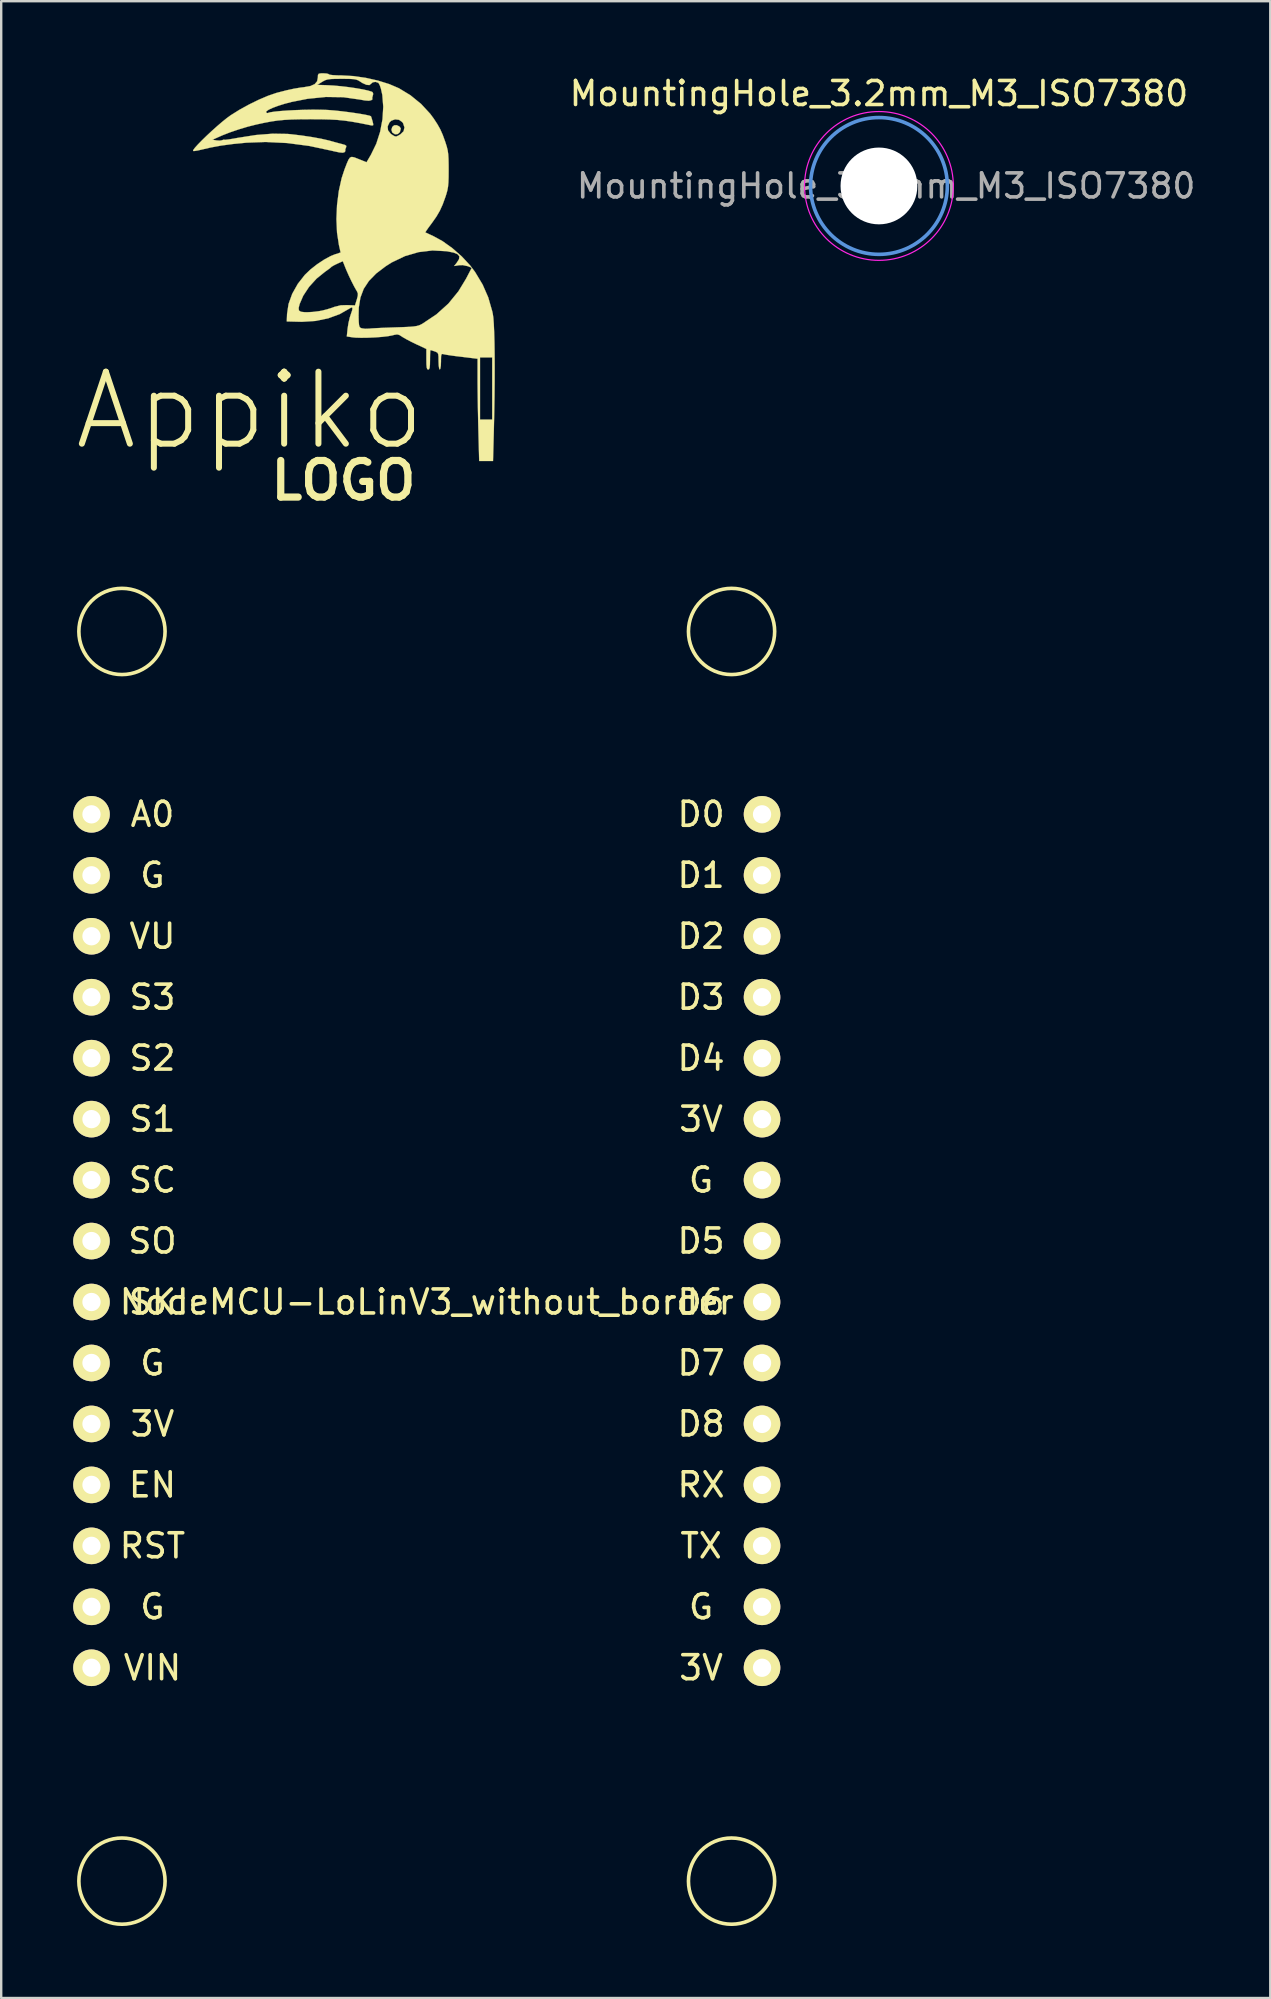
<source format=kicad_pcb>
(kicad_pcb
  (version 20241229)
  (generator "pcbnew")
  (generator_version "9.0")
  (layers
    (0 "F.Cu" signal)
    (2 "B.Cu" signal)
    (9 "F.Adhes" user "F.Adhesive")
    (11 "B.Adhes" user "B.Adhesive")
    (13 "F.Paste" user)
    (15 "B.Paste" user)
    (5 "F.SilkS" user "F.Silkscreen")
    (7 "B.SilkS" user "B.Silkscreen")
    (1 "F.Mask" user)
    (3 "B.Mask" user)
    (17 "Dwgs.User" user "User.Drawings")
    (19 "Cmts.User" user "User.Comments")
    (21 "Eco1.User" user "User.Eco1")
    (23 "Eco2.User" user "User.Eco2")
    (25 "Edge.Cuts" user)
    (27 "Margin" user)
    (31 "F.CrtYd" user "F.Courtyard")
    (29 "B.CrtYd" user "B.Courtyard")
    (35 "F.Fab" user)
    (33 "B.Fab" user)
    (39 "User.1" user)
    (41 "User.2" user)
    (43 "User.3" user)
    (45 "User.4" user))
  (footprint "MountingHole_3.2mm_M3_ISO7380"
    (layer "F.Cu")
    (at 33.573 4.698)
    (property "Reference" "MountingHole_3.2mm_M3_ISO7380" (at 0 -3.85 0) (layer "F.SilkS") (effects (font (size 1 1) (thickness 0.15))))
    (attr exclude_from_pos_files exclude_from_bom)
    (fp_circle (center 0 0) (end 2.85 0) (stroke (width 0.15) (type solid)) (fill no) (layer "Cmts.User"))
    (fp_circle (center 0 0) (end 3.1 0) (stroke (width 0.05) (type solid)) (fill no) (layer "F.CrtYd"))
    (fp_text user "${REFERENCE}" (at 0.3 0 0) (layer "F.Fab") (effects (font (size 1 1) (thickness 0.15))))
    (pad "" np_thru_hole circle (at 0 0) (size 3.2 3.2) (drill 3.2) (layers "*.Cu" "*.Mask")))
  (footprint "NodeMCU-LoLinV3_without_border"
    (layer "F.Cu")
    (at 14.732 51.201)
    (property "Reference" "NodeMCU-LoLinV3_without_border" (at 0 0 0) (layer "F.SilkS") (effects (font (size 1 1) (thickness 0.15))))
    (attr through_hole)
    (fp_circle (center -12.7 -27.94) (end -11.43 -29.21) (stroke (width 0.15) (type solid)) (fill no) (layer "F.SilkS"))
    (fp_circle (center -12.7 24.13) (end -11.43 22.86) (stroke (width 0.15) (type solid)) (fill no) (layer "F.SilkS"))
    (fp_circle (center 12.7 -27.94) (end 13.97 -29.21) (stroke (width 0.15) (type solid)) (fill no) (layer "F.SilkS"))
    (fp_circle (center 12.7 24.13) (end 13.97 22.86) (stroke (width 0.15) (type solid)) (fill no) (layer "F.SilkS"))
    (fp_text user "D3" (at 11.43 -12.7 0) (layer "F.SilkS") (effects (font (size 1 1) (thickness 0.15))))
    (fp_text user "D8" (at 11.43 5.08 0) (layer "F.SilkS") (effects (font (size 1 1) (thickness 0.15))))
    (fp_text user "D2" (at 11.43 -15.24 0) (layer "F.SilkS") (effects (font (size 1 1) (thickness 0.15))))
    (fp_text user "S2" (at -11.43 -10.16 0) (layer "F.SilkS") (effects (font (size 1 1) (thickness 0.15))))
    (fp_text user "G" (at -11.43 -17.78 0) (layer "F.SilkS") (effects (font (size 1 1) (thickness 0.15))))
    (fp_text user "EN" (at -11.43 7.62 0) (layer "F.SilkS") (effects (font (size 1 1) (thickness 0.15))))
    (fp_text user "D1" (at 11.43 -17.78 0) (layer "F.SilkS") (effects (font (size 1 1) (thickness 0.15))))
    (fp_text user "G" (at -11.43 12.7 0) (layer "F.SilkS") (effects (font (size 1 1) (thickness 0.15))))
    (fp_text user "3V" (at 11.43 -7.62 0) (layer "F.SilkS") (effects (font (size 1 1) (thickness 0.15))))
    (fp_text user "D5" (at 11.43 -2.54 0) (layer "F.SilkS") (effects (font (size 1 1) (thickness 0.15))))
    (fp_text user "G" (at -11.43 2.54 0) (layer "F.SilkS") (effects (font (size 1 1) (thickness 0.15))))
    (fp_text user "D0" (at 11.43 -20.32 0) (layer "F.SilkS") (effects (font (size 1 1) (thickness 0.15))))
    (fp_text user "S3" (at -11.43 -12.7 0) (layer "F.SilkS") (effects (font (size 1 1) (thickness 0.15))))
    (fp_text user "G" (at 11.43 -5.08 0) (layer "F.SilkS") (effects (font (size 1 1) (thickness 0.15))))
    (fp_text user "RX" (at 11.43 7.62 0) (layer "F.SilkS") (effects (font (size 1 1) (thickness 0.15))))
    (fp_text user "SC" (at -11.43 -5.08 0) (layer "F.SilkS") (effects (font (size 1 1) (thickness 0.15))))
    (fp_text user "SK" (at -11.43 0 0) (layer "F.SilkS") (effects (font (size 1 1) (thickness 0.15))))
    (fp_text user "G" (at 11.43 12.7 0) (layer "F.SilkS") (effects (font (size 1 1) (thickness 0.15))))
    (fp_text user "RST" (at -11.43 10.16 0) (layer "F.SilkS") (effects (font (size 1 1) (thickness 0.15))))
    (fp_text user "3V" (at 11.43 15.24 0) (layer "F.SilkS") (effects (font (size 1 1) (thickness 0.15))))
    (fp_text user "VU" (at -11.43 -15.24 0) (layer "F.SilkS") (effects (font (size 1 1) (thickness 0.15))))
    (fp_text user "3V" (at -11.43 5.08 0) (layer "F.SilkS") (effects (font (size 1 1) (thickness 0.15))))
    (fp_text user "A0" (at -11.43 -20.32 0) (layer "F.SilkS") (effects (font (size 1 1) (thickness 0.15))))
    (fp_text user "D6" (at 11.43 0 0) (layer "F.SilkS") (effects (font (size 1 1) (thickness 0.15))))
    (fp_text user "SO" (at -11.43 -2.54 0) (layer "F.SilkS") (effects (font (size 1 1) (thickness 0.15))))
    (fp_text user "TX" (at 11.43 10.16 0) (layer "F.SilkS") (effects (font (size 1 1) (thickness 0.15))))
    (fp_text user "D7" (at 11.43 2.54 0) (layer "F.SilkS") (effects (font (size 1 1) (thickness 0.15))))
    (fp_text user "D4" (at 11.43 -10.16 0) (layer "F.SilkS") (effects (font (size 1 1) (thickness 0.15))))
    (fp_text user "VIN" (at -11.43 15.24 0) (layer "F.SilkS") (effects (font (size 1 1) (thickness 0.15))))
    (fp_text user "S1" (at -11.43 -7.62 0) (layer "F.SilkS") (effects (font (size 1 1) (thickness 0.15))))
    (pad "1" thru_hole circle (at -13.97 -20.32) (size 1.524 1.524) (drill 0.762) (layers "*.Cu" "*.Mask" "F.SilkS"))
    (pad "2" thru_hole circle (at -13.97 -17.78) (size 1.524 1.524) (drill 0.762) (layers "*.Cu" "*.Mask" "F.SilkS"))
    (pad "3" thru_hole circle (at -13.97 -15.24) (size 1.524 1.524) (drill 0.762) (layers "*.Cu" "*.Mask" "F.SilkS"))
    (pad "4" thru_hole circle (at -13.97 -12.7) (size 1.524 1.524) (drill 0.762) (layers "*.Cu" "*.Mask" "F.SilkS"))
    (pad "5" thru_hole circle (at -13.97 -10.16) (size 1.524 1.524) (drill 0.762) (layers "*.Cu" "*.Mask" "F.SilkS"))
    (pad "6" thru_hole circle (at -13.97 -7.62) (size 1.524 1.524) (drill 0.762) (layers "*.Cu" "*.Mask" "F.SilkS"))
    (pad "7" thru_hole circle (at -13.97 -5.08) (size 1.524 1.524) (drill 0.762) (layers "*.Cu" "*.Mask" "F.SilkS"))
    (pad "8" thru_hole circle (at -13.97 -2.54) (size 1.524 1.524) (drill 0.762) (layers "*.Cu" "*.Mask" "F.SilkS"))
    (pad "9" thru_hole circle (at -13.97 0) (size 1.524 1.524) (drill 0.762) (layers "*.Cu" "*.Mask" "F.SilkS"))
    (pad "10" thru_hole circle (at -13.97 2.54) (size 1.524 1.524) (drill 0.762) (layers "*.Cu" "*.Mask" "F.SilkS"))
    (pad "11" thru_hole circle (at -13.97 5.08) (size 1.524 1.524) (drill 0.762) (layers "*.Cu" "*.Mask" "F.SilkS"))
    (pad "12" thru_hole circle (at -13.97 7.62) (size 1.524 1.524) (drill 0.762) (layers "*.Cu" "*.Mask" "F.SilkS"))
    (pad "13" thru_hole circle (at -13.97 10.16) (size 1.524 1.524) (drill 0.762) (layers "*.Cu" "*.Mask" "F.SilkS"))
    (pad "14" thru_hole circle (at -13.97 12.7) (size 1.524 1.524) (drill 0.762) (layers "*.Cu" "*.Mask" "F.SilkS"))
    (pad "15" thru_hole circle (at -13.97 15.24) (size 1.524 1.524) (drill 0.762) (layers "*.Cu" "*.Mask" "F.SilkS"))
    (pad "16" thru_hole circle (at 13.97 15.24) (size 1.524 1.524) (drill 0.762) (layers "*.Cu" "*.Mask" "F.SilkS"))
    (pad "17" thru_hole circle (at 13.97 12.7) (size 1.524 1.524) (drill 0.762) (layers "*.Cu" "*.Mask" "F.SilkS"))
    (pad "18" thru_hole circle (at 13.97 10.16) (size 1.524 1.524) (drill 0.762) (layers "*.Cu" "*.Mask" "F.SilkS"))
    (pad "19" thru_hole circle (at 13.97 7.62) (size 1.524 1.524) (drill 0.762) (layers "*.Cu" "*.Mask" "F.SilkS"))
    (pad "20" thru_hole circle (at 13.97 5.08) (size 1.524 1.524) (drill 0.762) (layers "*.Cu" "*.Mask" "F.SilkS"))
    (pad "21" thru_hole circle (at 13.97 2.54) (size 1.524 1.524) (drill 0.762) (layers "*.Cu" "*.Mask" "F.SilkS"))
    (pad "22" thru_hole circle (at 13.97 0) (size 1.524 1.524) (drill 0.762) (layers "*.Cu" "*.Mask" "F.SilkS"))
    (pad "23" thru_hole circle (at 13.97 -2.54) (size 1.524 1.524) (drill 0.762) (layers "*.Cu" "*.Mask" "F.SilkS"))
    (pad "24" thru_hole circle (at 13.97 -5.08) (size 1.524 1.524) (drill 0.762) (layers "*.Cu" "*.Mask" "F.SilkS"))
    (pad "25" thru_hole circle (at 13.97 -7.62) (size 1.524 1.524) (drill 0.762) (layers "*.Cu" "*.Mask" "F.SilkS"))
    (pad "26" thru_hole circle (at 13.97 -10.16) (size 1.524 1.524) (drill 0.762) (layers "*.Cu" "*.Mask" "F.SilkS"))
    (pad "27" thru_hole circle (at 13.97 -12.7) (size 1.524 1.524) (drill 0.762) (layers "*.Cu" "*.Mask" "F.SilkS"))
    (pad "28" thru_hole circle (at 13.97 -15.24) (size 1.524 1.524) (drill 0.762) (layers "*.Cu" "*.Mask" "F.SilkS"))
    (pad "29" thru_hole circle (at 13.97 -17.78) (size 1.524 1.524) (drill 0.762) (layers "*.Cu" "*.Mask" "F.SilkS"))
    (pad "30" thru_hole circle (at 13.97 -20.32) (size 1.524 1.524) (drill 0.762) (layers "*.Cu" "*.Mask" "F.SilkS")))
  (footprint "LOGO"
    (layer "F.Cu")
    (at 11.261 8.082)
    (property "Reference" "LOGO" (at 0 8.89 0) (layer "F.SilkS") (effects (font (size 1.524 1.524) (thickness 0.3))))
    (attr through_hole)
    (fp_poly (pts (xy 2.327 -5.865) (xy 2.386 -5.786) (xy 2.388 -5.768) (xy 2.351 -5.628) (xy 2.262 -5.547) (xy 2.147 -5.536) (xy 2.035 -5.609) (xy 2.034 -5.611) (xy 1.998 -5.722) (xy 2.032 -5.841) (xy 2.114 -5.913) (xy 2.221 -5.915) (xy 2.327 -5.865)) (stroke (width 0.01) (type solid)) (fill yes) (layer "F.SilkS"))
    (fp_poly (pts (xy -0.702 -8.069) (xy -0.62 -8.047) (xy -0.61 -8.034) (xy -0.562 -8.016) (xy -0.434 -8.001) (xy -0.246 -7.992) (xy -0.064 -7.989) (xy 0.419 -7.962) (xy 0.93 -7.888) (xy 1.437 -7.774) (xy 1.909 -7.627) (xy 2.311 -7.455) (xy 2.79 -7.164) (xy 3.232 -6.804) (xy 3.611 -6.395) (xy 3.757 -6.198) (xy 3.916 -5.954) (xy 4.035 -5.741) (xy 4.135 -5.516) (xy 4.235 -5.24) (xy 4.252 -5.19) (xy 4.305 -5.021) (xy 4.342 -4.87) (xy 4.365 -4.709) (xy 4.377 -4.514) (xy 4.382 -4.258) (xy 4.383 -4.064) (xy 4.381 -3.759) (xy 4.373 -3.531) (xy 4.357 -3.352) (xy 4.329 -3.198) (xy 4.286 -3.043) (xy 4.253 -2.94) (xy 4.136 -2.617) (xy 4.017 -2.354) (xy 3.875 -2.11) (xy 3.689 -1.845) (xy 3.656 -1.801) (xy 3.541 -1.646) (xy 3.456 -1.524) (xy 3.415 -1.457) (xy 3.414 -1.449) (xy 3.464 -1.424) (xy 3.582 -1.369) (xy 3.728 -1.303) (xy 4.13 -1.083) (xy 4.539 -0.79) (xy 4.93 -0.447) (xy 5.275 -0.076) (xy 5.483 0.199) (xy 5.798 0.724) (xy 6.032 1.258) (xy 6.199 1.838) (xy 6.222 1.943) (xy 6.246 2.113) (xy 6.265 2.376) (xy 6.28 2.722) (xy 6.292 3.143) (xy 6.299 3.628) (xy 6.301 4.17) (xy 6.3 4.758) (xy 6.294 5.384) (xy 6.283 6.039) (xy 6.268 6.713) (xy 6.266 6.82) (xy 6.232 8.077) (xy 5.655 8.077) (xy 5.622 6.82) (xy 5.612 6.406) (xy 5.603 5.966) (xy 5.596 5.528) (xy 5.591 5.123) (xy 5.588 4.78) (xy 5.588 4.689) (xy 5.588 3.816) (xy 5.372 3.79) (xy 5.217 3.771) (xy 5.118 3.759) (xy 5.69 3.759) (xy 5.69 6.35) (xy 6.198 6.35) (xy 6.198 3.759) (xy 5.69 3.759) (xy 5.118 3.759) (xy 5.003 3.745) (xy 4.771 3.717) (xy 4.724 3.712) (xy 4.511 3.684) (xy 4.326 3.656) (xy 4.2 3.633) (xy 4.178 3.627) (xy 4.117 3.616) (xy 4.083 3.638) (xy 4.068 3.715) (xy 4.064 3.867) (xy 4.064 3.931) (xy 4.057 4.106) (xy 4.038 4.226) (xy 4.013 4.267) (xy 3.987 4.22) (xy 3.969 4.095) (xy 3.962 3.917) (xy 3.96 3.732) (xy 3.948 3.623) (xy 3.915 3.563) (xy 3.85 3.527) (xy 3.802 3.51) (xy 3.689 3.472) (xy 3.626 3.455) (xy 3.625 3.454) (xy 3.616 3.501) (xy 3.61 3.626) (xy 3.607 3.803) (xy 3.607 3.861) (xy 3.603 4.069) (xy 3.59 4.194) (xy 3.564 4.254) (xy 3.531 4.267) (xy 3.492 4.249) (xy 3.469 4.181) (xy 3.457 4.048) (xy 3.454 3.838) (xy 3.454 3.408) (xy 3.022 3.206) (xy 2.81 3.102) (xy 2.615 3) (xy 2.468 2.915) (xy 2.431 2.89) (xy 2.324 2.823) (xy 2.233 2.802) (xy 2.111 2.822) (xy 2.037 2.842) (xy 1.862 2.875) (xy 1.615 2.904) (xy 1.326 2.926) (xy 1.024 2.939) (xy 0.739 2.943) (xy 0.5 2.936) (xy 0.381 2.924) (xy 0.139 2.887) (xy 0.173 2.557) (xy 0.208 2.331) (xy 0.263 2.098) (xy 0.277 2.056) (xy 0.63 2.056) (xy 0.637 2.273) (xy 0.649 2.41) (xy 0.671 2.487) (xy 0.709 2.527) (xy 0.765 2.548) (xy 0.903 2.567) (xy 1.064 2.562) (xy 1.067 2.562) (xy 1.175 2.552) (xy 1.364 2.541) (xy 1.614 2.529) (xy 1.905 2.518) (xy 2.159 2.509) (xy 2.488 2.498) (xy 2.733 2.487) (xy 2.911 2.473) (xy 3.041 2.454) (xy 3.14 2.428) (xy 3.225 2.392) (xy 3.302 2.349) (xy 3.875 1.966) (xy 4.37 1.52) (xy 4.789 1.007) (xy 5.107 0.483) (xy 5.345 0.027) (xy 5.176 -0.042) (xy 4.963 -0.087) (xy 4.81 -0.08) (xy 4.613 -0.048) (xy 4.72 -0.183) (xy 4.814 -0.332) (xy 4.829 -0.448) (xy 4.76 -0.536) (xy 4.602 -0.604) (xy 4.348 -0.656) (xy 4.288 -0.665) (xy 3.708 -0.696) (xy 3.131 -0.627) (xy 2.565 -0.462) (xy 2.018 -0.201) (xy 1.763 -0.04) (xy 1.365 0.262) (xy 1.062 0.572) (xy 0.844 0.902) (xy 0.706 1.269) (xy 0.638 1.684) (xy 0.63 2.056) (xy 0.277 2.056) (xy 0.305 1.967) (xy 0.365 1.789) (xy 0.374 1.694) (xy 0.333 1.678) (xy 0.264 1.716) (xy -0.154 1.955) (xy -0.636 2.132) (xy -1.165 2.241) (xy -1.72 2.276) (xy -1.81 2.275) (xy -2.362 2.261) (xy -2.35 1.947) (xy -2.314 1.704) (xy -1.869 1.704) (xy -1.855 1.806) (xy -1.772 1.859) (xy -1.608 1.877) (xy -1.513 1.878) (xy -1.275 1.865) (xy -1.018 1.833) (xy -0.889 1.809) (xy -0.683 1.757) (xy -0.482 1.694) (xy -0.381 1.656) (xy -0.114 1.589) (xy 0.151 1.581) (xy 0.48 1.593) (xy 0.555 1.352) (xy 0.596 1.2) (xy 0.601 1.102) (xy 0.568 1.016) (xy 0.543 0.975) (xy 0.451 0.813) (xy 0.337 0.591) (xy 0.219 0.343) (xy 0.113 0.104) (xy 0.067 -0.01) (xy -0.027 -0.248) (xy -0.253 -0.147) (xy -0.391 -0.08) (xy -0.485 -0.025) (xy -0.507 -0.007) (xy -0.561 0.042) (xy -0.672 0.124) (xy -0.767 0.191) (xy -1.124 0.48) (xy -1.433 0.821) (xy -1.677 1.191) (xy -1.827 1.539) (xy -1.869 1.704) (xy -2.314 1.704) (xy -2.288 1.533) (xy -2.135 1.109) (xy -1.901 0.693) (xy -1.608 0.32) (xy -1.379 0.1) (xy -1.102 -0.118) (xy -0.808 -0.313) (xy -0.527 -0.465) (xy -0.364 -0.531) (xy -0.119 -0.612) (xy -0.19 -0.928) (xy -0.268 -1.44) (xy -0.293 -2.004) (xy -0.268 -2.59) (xy -0.195 -3.168) (xy -0.076 -3.707) (xy 0.044 -4.072) (xy 0.138 -4.315) (xy 0.208 -4.476) (xy 0.271 -4.565) (xy 0.346 -4.595) (xy 0.449 -4.576) (xy 0.598 -4.518) (xy 0.697 -4.478) (xy 0.962 -4.372) (xy 1.144 -4.683) (xy 1.367 -5.141) (xy 1.529 -5.644) (xy 1.57 -5.865) (xy 1.84 -5.865) (xy 1.857 -5.701) (xy 1.971 -5.556) (xy 2.057 -5.497) (xy 2.141 -5.452) (xy 2.204 -5.446) (xy 2.286 -5.483) (xy 2.375 -5.537) (xy 2.505 -5.664) (xy 2.542 -5.822) (xy 2.486 -5.993) (xy 2.447 -6.048) (xy 2.314 -6.14) (xy 2.15 -6.159) (xy 1.995 -6.104) (xy 1.921 -6.036) (xy 1.84 -5.865) (xy 1.57 -5.865) (xy 1.627 -6.167) (xy 1.658 -6.686) (xy 1.619 -7.176) (xy 1.56 -7.442) (xy 1.513 -7.579) (xy 1.463 -7.67) (xy 1.45 -7.683) (xy 1.338 -7.72) (xy 1.222 -7.704) (xy 1.149 -7.642) (xy 1.148 -7.64) (xy 1.08 -7.587) (xy 0.955 -7.599) (xy 0.791 -7.672) (xy 0.689 -7.738) (xy 0.612 -7.785) (xy 0.526 -7.817) (xy 0.41 -7.836) (xy 0.241 -7.845) (xy -0.002 -7.848) (xy -0.076 -7.848) (xy -0.34 -7.846) (xy -0.526 -7.839) (xy -0.657 -7.822) (xy -0.757 -7.792) (xy -0.848 -7.746) (xy -0.889 -7.721) (xy -1.092 -7.595) (xy -0.711 -7.583) (xy -0.426 -7.568) (xy -0.112 -7.54) (xy 0.21 -7.502) (xy 0.52 -7.457) (xy 0.798 -7.408) (xy 1.023 -7.359) (xy 1.176 -7.312) (xy 1.213 -7.293) (xy 1.24 -7.22) (xy 1.219 -7.136) (xy 1.195 -7.043) (xy 1.208 -7.009) (xy 1.202 -6.987) (xy 1.156 -6.956) (xy 1.059 -6.934) (xy 0.889 -6.947) (xy 0.686 -6.983) (xy -0.011 -7.082) (xy -0.734 -7.092) (xy -1.493 -7.016) (xy -2.164 -6.884) (xy -2.452 -6.808) (xy -2.716 -6.725) (xy -2.941 -6.642) (xy -3.11 -6.564) (xy -3.209 -6.497) (xy -3.226 -6.452) (xy -3.171 -6.418) (xy -3.156 -6.422) (xy -3.059 -6.452) (xy -2.877 -6.48) (xy -2.628 -6.505) (xy -2.33 -6.527) (xy -1.999 -6.544) (xy -1.653 -6.556) (xy -1.309 -6.562) (xy -0.985 -6.561) (xy -0.697 -6.552) (xy -0.617 -6.547) (xy -0.37 -6.527) (xy -0.093 -6.498) (xy 0.196 -6.462) (xy 0.477 -6.423) (xy 0.731 -6.383) (xy 0.94 -6.345) (xy 1.085 -6.312) (xy 1.145 -6.288) (xy 1.165 -6.235) (xy 1.2 -6.12) (xy 1.211 -6.08) (xy 1.241 -5.956) (xy 1.232 -5.906) (xy 1.172 -5.905) (xy 1.127 -5.914) (xy 0.708 -5.998) (xy 0.356 -6.061) (xy 0.043 -6.106) (xy -0.259 -6.136) (xy -0.578 -6.153) (xy -0.943 -6.162) (xy -1.372 -6.164) (xy -1.805 -6.161) (xy -2.161 -6.153) (xy -2.465 -6.136) (xy -2.74 -6.11) (xy -3.011 -6.07) (xy -3.302 -6.015) (xy -3.632 -5.944) (xy -3.981 -5.856) (xy -4.361 -5.742) (xy -4.732 -5.616) (xy -5.052 -5.491) (xy -5.105 -5.467) (xy -5.461 -5.309) (xy -5.283 -5.281) (xy -5.149 -5.272) (xy -5.056 -5.289) (xy -5.05 -5.293) (xy -4.984 -5.315) (xy -4.97 -5.309) (xy -4.913 -5.308) (xy -4.779 -5.324) (xy -4.588 -5.354) (xy -4.416 -5.386) (xy -3.644 -5.507) (xy -2.944 -5.562) (xy -2.319 -5.551) (xy -2.189 -5.539) (xy -1.745 -5.486) (xy -1.316 -5.422) (xy -0.929 -5.351) (xy -0.608 -5.278) (xy -0.533 -5.257) (xy -0.332 -5.201) (xy -0.128 -5.146) (xy -0.063 -5.13) (xy 0.069 -5.091) (xy 0.12 -5.051) (xy 0.11 -4.994) (xy 0.104 -4.983) (xy 0.074 -4.898) (xy 0.079 -4.865) (xy 0.069 -4.818) (xy 0.039 -4.787) (xy -0.032 -4.769) (xy -0.172 -4.782) (xy -0.392 -4.828) (xy -0.5 -4.854) (xy -1.425 -5.051) (xy -2.346 -5.172) (xy -3.244 -5.216) (xy -4.04 -5.187) (xy -4.607 -5.132) (xy -5.097 -5.066) (xy -5.534 -4.986) (xy -5.886 -4.904) (xy -6.06 -4.864) (xy -6.198 -4.841) (xy -6.265 -4.84) (xy -6.259 -4.881) (xy -6.188 -4.977) (xy -6.063 -5.115) (xy -5.897 -5.285) (xy -5.702 -5.475) (xy -5.489 -5.674) (xy -5.27 -5.87) (xy -5.058 -6.052) (xy -4.865 -6.208) (xy -4.702 -6.327) (xy -4.699 -6.329) (xy -4.332 -6.559) (xy -3.931 -6.779) (xy -3.525 -6.978) (xy -3.14 -7.142) (xy -2.804 -7.257) (xy -2.769 -7.267) (xy -2.377 -7.368) (xy -2.056 -7.438) (xy -1.778 -7.484) (xy -1.655 -7.498) (xy -1.383 -7.545) (xy -1.2 -7.626) (xy -1.098 -7.745) (xy -1.067 -7.903) (xy -1.062 -8.01) (xy -1.028 -8.061) (xy -0.938 -8.076) (xy -0.838 -8.077) (xy -0.702 -8.069)) (stroke (width 0.01) (type solid)) (fill yes) (layer "F.SilkS"))
    (fp_text user "Appiko" (at -3.9 5.98 0) (layer "F.SilkS") (effects (font (size 3 3) (thickness 0.25)))))
  (gr_rect
    (start -3 -3)
    (end 49.879 80.202)
    (stroke (width 0.1) (type default))
    (fill no)
    (layer "Edge.Cuts")))
</source>
